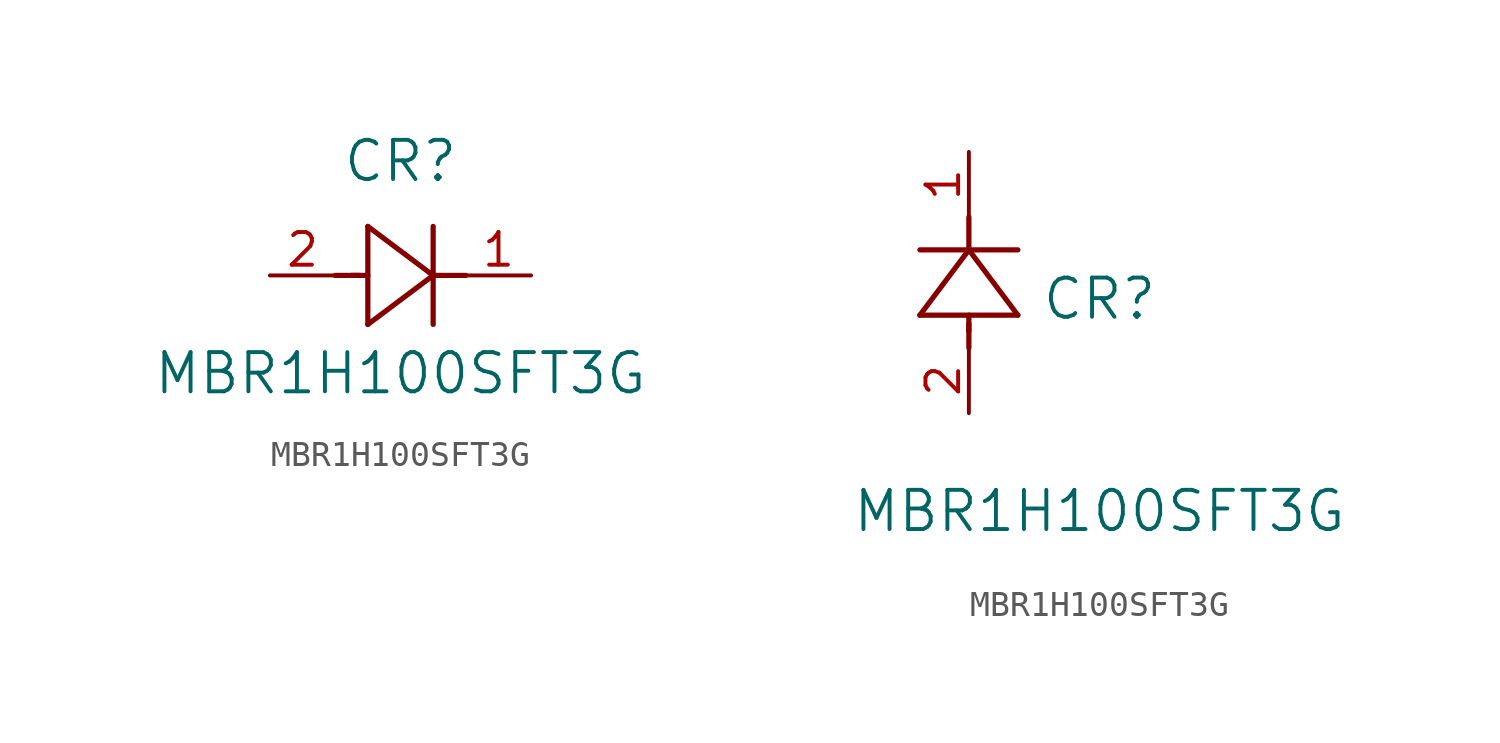
<source format=kicad_sym>
(kicad_symbol_lib
  (version 20211014)
  (generator kicad_symbol_editor)
  (symbol "MBR1H100SFT3G"
    (pin_names
      (offset 0.254))
    (property "Reference" "CR"
      (at 5.08 4.445 0)
      (effects (font (size 1.524 1.524))))
    (property "Value" "MBR1H100SFT3G"
      (at 5.08 -3.81 0)
      (effects (font (size 1.524 1.524))))
    (symbol "MBR1H100SFT3G_1_1"
      (polyline (pts (xy 2.54 0) (xy 3.48 0)) (stroke (width 0.203) (type default) (color 0 0 0 0)) (fill (type none)))
      (polyline (pts (xy 3.81 1.905) (xy 3.81 -1.905)) (stroke (width 0.203) (type default) (color 0 0 0 0)) (fill (type none)))
      (polyline (pts (xy 3.175 0) (xy 3.81 0)) (stroke (width 0.203) (type default) (color 0 0 0 0)) (fill (type none)))
      (polyline (pts (xy 6.35 -1.905) (xy 6.35 1.905)) (stroke (width 0.203) (type default) (color 0 0 0 0)) (fill (type none)))
      (polyline (pts (xy 6.35 0) (xy 7.62 0)) (stroke (width 0.203) (type default) (color 0 0 0 0)) (fill (type none)))
      (polyline (pts (xy 6.35 0) (xy 3.81 1.905)) (stroke (width 0.203) (type default) (color 0 0 0 0)) (fill (type none)))
      (polyline (pts (xy 3.81 -1.905) (xy 6.35 0)) (stroke (width 0.203) (type default) (color 0 0 0 0)) (fill (type none)))
      (pin unspecified line (at 0 0 0) (length 2.54) (name "" (effects (font (size 1.27 1.27)))) (number "2" (effects (font (size 1.27 1.27)))))
      (pin unspecified line (at 10.16 0 180) (length 2.54) (name "" (effects (font (size 1.27 1.27)))) (number "1" (effects (font (size 1.27 1.27))))))
    (symbol "MBR1H100SFT3G_1_2"
      (polyline (pts (xy 0 2.54) (xy 0 3.48)) (stroke (width 0.203) (type default) (color 0 0 0 0)) (fill (type none)))
      (polyline (pts (xy -1.905 3.81) (xy 1.905 3.81)) (stroke (width 0.203) (type default) (color 0 0 0 0)) (fill (type none)))
      (polyline (pts (xy 0 3.175) (xy 0 3.81)) (stroke (width 0.203) (type default) (color 0 0 0 0)) (fill (type none)))
      (polyline (pts (xy 1.905 6.35) (xy -1.905 6.35)) (stroke (width 0.203) (type default) (color 0 0 0 0)) (fill (type none)))
      (polyline (pts (xy 0 6.35) (xy 0 7.62)) (stroke (width 0.203) (type default) (color 0 0 0 0)) (fill (type none)))
      (polyline (pts (xy 0 6.35) (xy -1.905 3.81)) (stroke (width 0.203) (type default) (color 0 0 0 0)) (fill (type none)))
      (polyline (pts (xy 1.905 3.81) (xy 0 6.35)) (stroke (width 0.203) (type default) (color 0 0 0 0)) (fill (type none)))
      (pin unspecified line (at 0 0 90) (length 2.54) (name "" (effects (font (size 1.27 1.27)))) (number "2" (effects (font (size 1.27 1.27)))))
      (pin unspecified line (at 0 10.16 270) (length 2.54) (name "" (effects (font (size 1.27 1.27)))) (number "1" (effects (font (size 1.27 1.27))))))))
</source>
